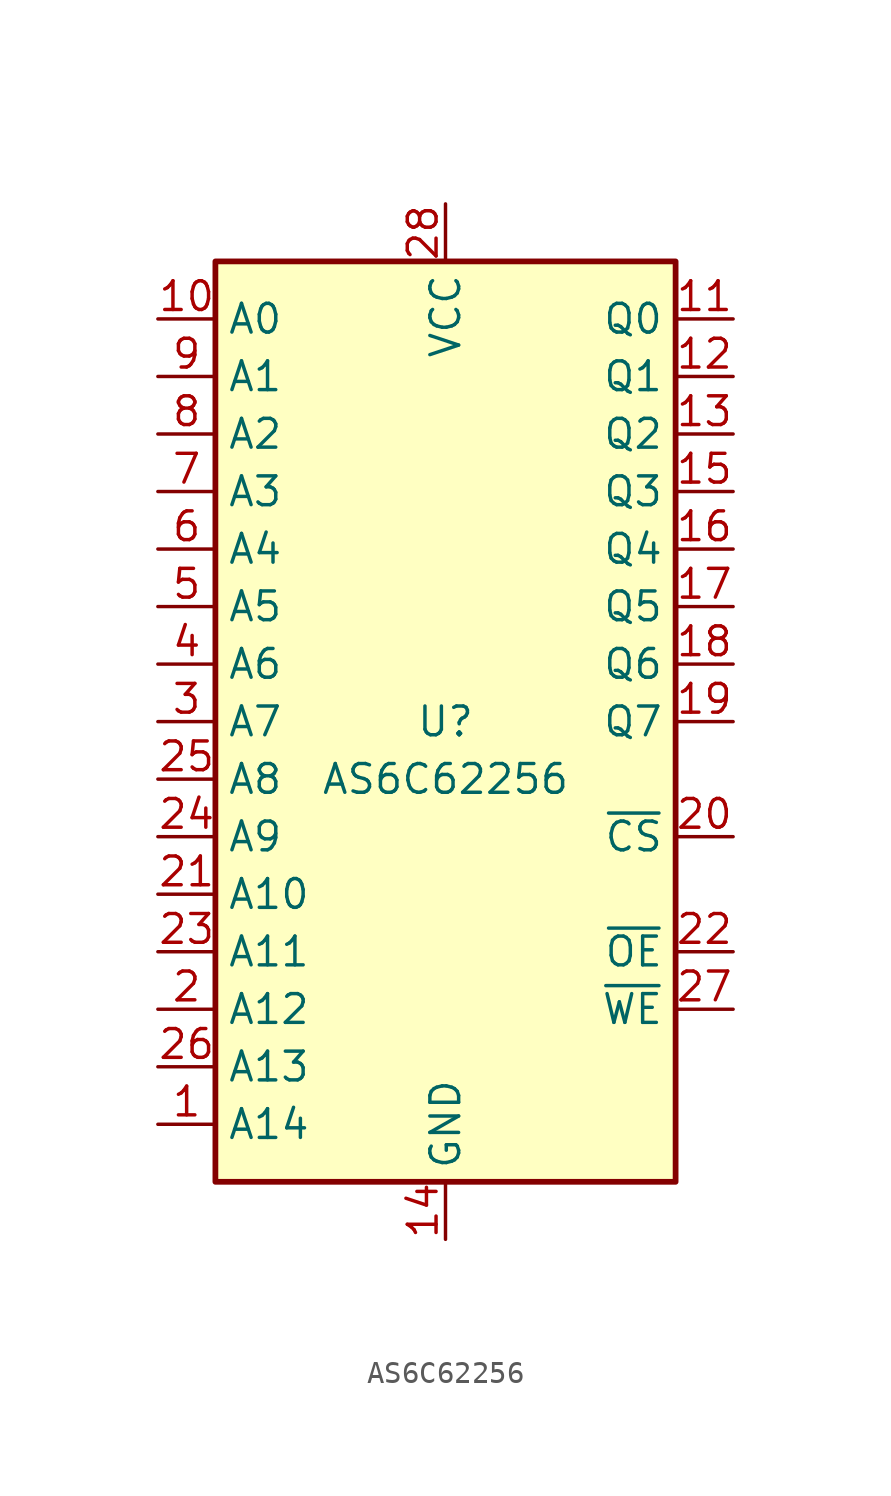
<source format=kicad_sym>
(kicad_symbol_lib
  (version 20211014)
  (generator kicad_symbol_editor)
  (symbol "AS6C62256"
    (property "Reference" "U"
      (at 0 0 0)
      (effects (font (size 1.27 1.27))))
    (property "Value" "AS6C62256"
      (at 0 -2.54 0)
      (effects (font (size 1.27 1.27))))
    (symbol "AS6C62256_0_0"
      (pin power_in line (at 0 -22.86 90) (length 2.54) (name "GND" (effects (font (size 1.27 1.27)))) (number "14" (effects (font (size 1.27 1.27)))))
      (pin power_in line (at 0 22.86 270) (length 2.54) (name "VCC" (effects (font (size 1.27 1.27)))) (number "28" (effects (font (size 1.27 1.27))))))
    (symbol "AS6C62256_0_1"
      (rectangle (start -10.16 20.32) (end 10.16 -20.32) (stroke (width 0.254) (type default) (color 0 0 0 0)) (fill (type background))))
    (symbol "AS6C62256_1_1"
      (pin input line (at -12.7 -17.78 0) (length 2.54) (name "A14" (effects (font (size 1.27 1.27)))) (number "1" (effects (font (size 1.27 1.27)))))
      (pin input line (at -12.7 17.78 0) (length 2.54) (name "A0" (effects (font (size 1.27 1.27)))) (number "10" (effects (font (size 1.27 1.27)))))
      (pin tri_state line (at 12.7 17.78 180) (length 2.54) (name "Q0" (effects (font (size 1.27 1.27)))) (number "11" (effects (font (size 1.27 1.27)))))
      (pin tri_state line (at 12.7 15.24 180) (length 2.54) (name "Q1" (effects (font (size 1.27 1.27)))) (number "12" (effects (font (size 1.27 1.27)))))
      (pin tri_state line (at 12.7 12.7 180) (length 2.54) (name "Q2" (effects (font (size 1.27 1.27)))) (number "13" (effects (font (size 1.27 1.27)))))
      (pin tri_state line (at 12.7 10.16 180) (length 2.54) (name "Q3" (effects (font (size 1.27 1.27)))) (number "15" (effects (font (size 1.27 1.27)))))
      (pin tri_state line (at 12.7 7.62 180) (length 2.54) (name "Q4" (effects (font (size 1.27 1.27)))) (number "16" (effects (font (size 1.27 1.27)))))
      (pin tri_state line (at 12.7 5.08 180) (length 2.54) (name "Q5" (effects (font (size 1.27 1.27)))) (number "17" (effects (font (size 1.27 1.27)))))
      (pin tri_state line (at 12.7 2.54 180) (length 2.54) (name "Q6" (effects (font (size 1.27 1.27)))) (number "18" (effects (font (size 1.27 1.27)))))
      (pin tri_state line (at 12.7 0 180) (length 2.54) (name "Q7" (effects (font (size 1.27 1.27)))) (number "19" (effects (font (size 1.27 1.27)))))
      (pin input line (at -12.7 -12.7 0) (length 2.54) (name "A12" (effects (font (size 1.27 1.27)))) (number "2" (effects (font (size 1.27 1.27)))))
      (pin input line (at 12.7 -5.08 180) (length 2.54) (name "~{CS}" (effects (font (size 1.27 1.27)))) (number "20" (effects (font (size 1.27 1.27)))))
      (pin input line (at -12.7 -7.62 0) (length 2.54) (name "A10" (effects (font (size 1.27 1.27)))) (number "21" (effects (font (size 1.27 1.27)))))
      (pin input line (at 12.7 -10.16 180) (length 2.54) (name "~{OE}" (effects (font (size 1.27 1.27)))) (number "22" (effects (font (size 1.27 1.27)))))
      (pin input line (at -12.7 -10.16 0) (length 2.54) (name "A11" (effects (font (size 1.27 1.27)))) (number "23" (effects (font (size 1.27 1.27)))))
      (pin input line (at -12.7 -5.08 0) (length 2.54) (name "A9" (effects (font (size 1.27 1.27)))) (number "24" (effects (font (size 1.27 1.27)))))
      (pin input line (at -12.7 -2.54 0) (length 2.54) (name "A8" (effects (font (size 1.27 1.27)))) (number "25" (effects (font (size 1.27 1.27)))))
      (pin input line (at -12.7 -15.24 0) (length 2.54) (name "A13" (effects (font (size 1.27 1.27)))) (number "26" (effects (font (size 1.27 1.27)))))
      (pin input line (at 12.7 -12.7 180) (length 2.54) (name "~{WE}" (effects (font (size 1.27 1.27)))) (number "27" (effects (font (size 1.27 1.27)))))
      (pin input line (at -12.7 0 0) (length 2.54) (name "A7" (effects (font (size 1.27 1.27)))) (number "3" (effects (font (size 1.27 1.27)))))
      (pin input line (at -12.7 2.54 0) (length 2.54) (name "A6" (effects (font (size 1.27 1.27)))) (number "4" (effects (font (size 1.27 1.27)))))
      (pin input line (at -12.7 5.08 0) (length 2.54) (name "A5" (effects (font (size 1.27 1.27)))) (number "5" (effects (font (size 1.27 1.27)))))
      (pin input line (at -12.7 7.62 0) (length 2.54) (name "A4" (effects (font (size 1.27 1.27)))) (number "6" (effects (font (size 1.27 1.27)))))
      (pin input line (at -12.7 10.16 0) (length 2.54) (name "A3" (effects (font (size 1.27 1.27)))) (number "7" (effects (font (size 1.27 1.27)))))
      (pin input line (at -12.7 12.7 0) (length 2.54) (name "A2" (effects (font (size 1.27 1.27)))) (number "8" (effects (font (size 1.27 1.27)))))
      (pin input line (at -12.7 15.24 0) (length 2.54) (name "A1" (effects (font (size 1.27 1.27)))) (number "9" (effects (font (size 1.27 1.27))))))))
</source>
